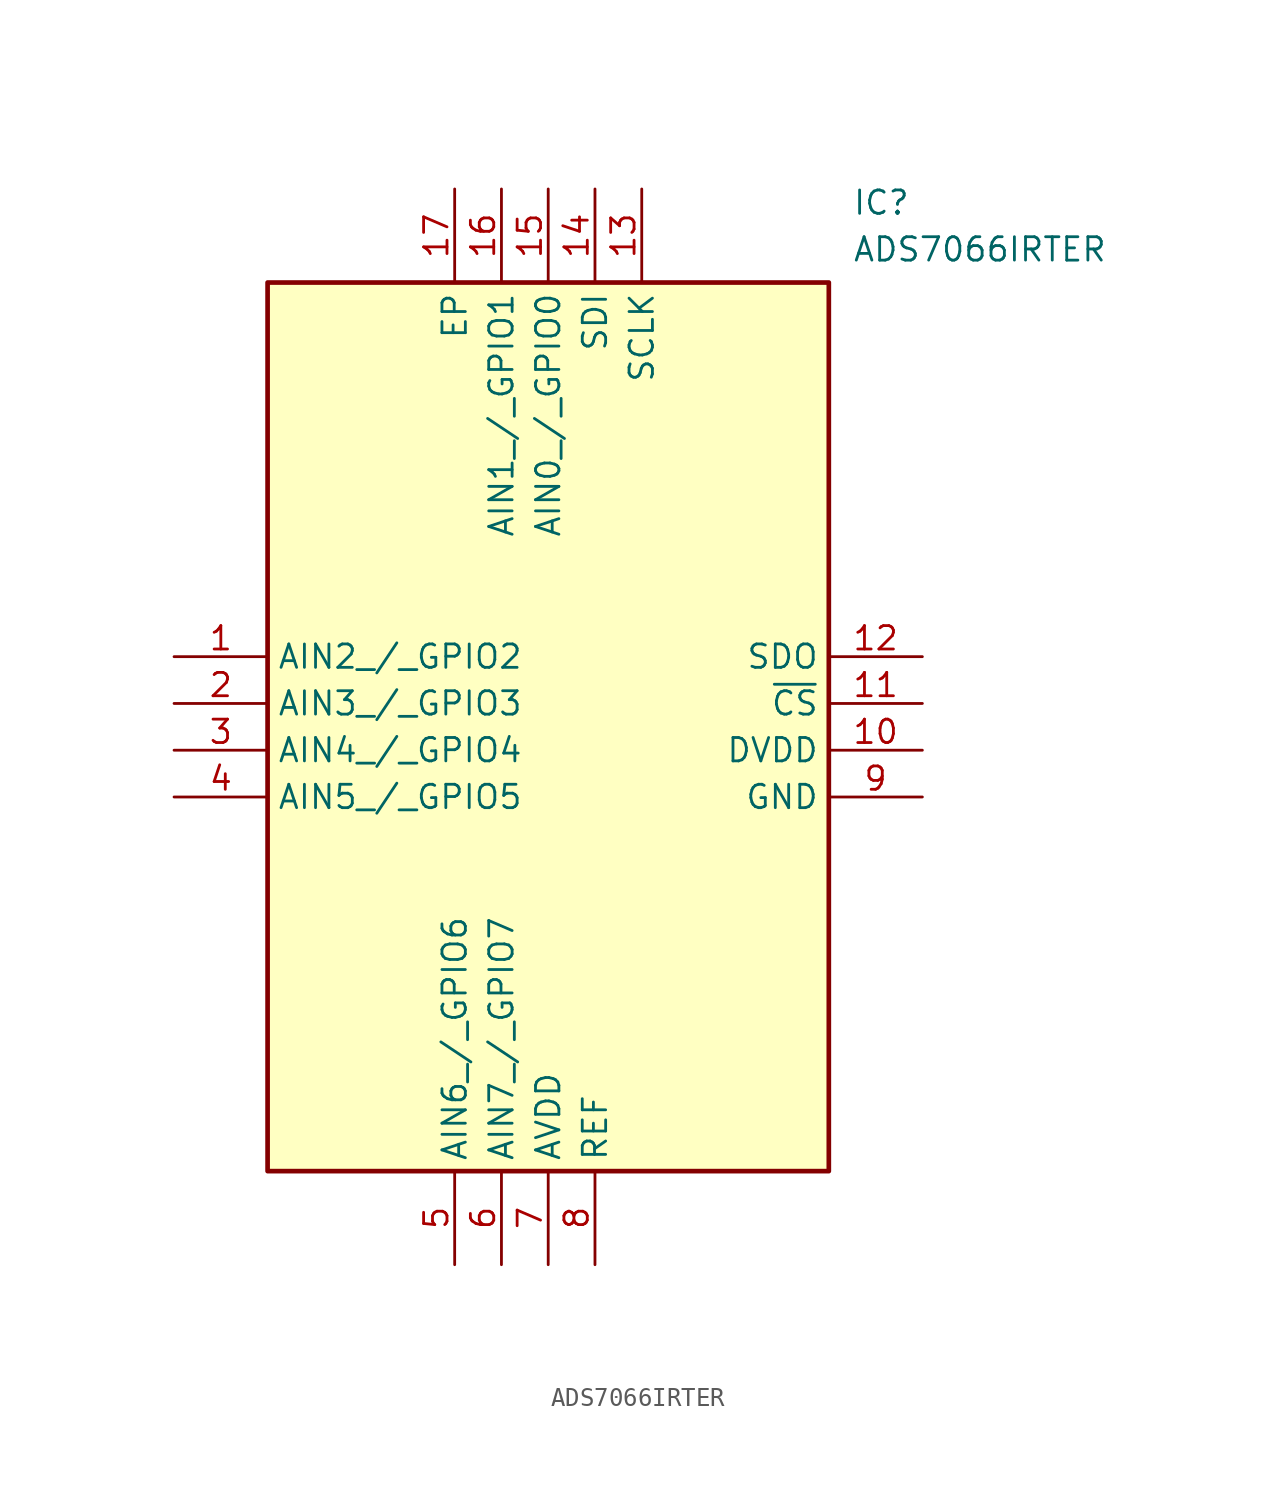
<source format=kicad_sym>
(kicad_symbol_lib
  (version 20211014)
  (generator SamacSys_ECAD_Model)
  (symbol "ADS7066IRTER"
    (property "Reference" "IC"
      (at 36.83 25.4 0)
      (effects (font (size 1.27 1.27)) (justify left top)))
    (property "Value" "ADS7066IRTER"
      (at 36.83 22.86 0)
      (effects (font (size 1.27 1.27)) (justify left top)))
    (rectangle
      (start 5.08 20.32)
      (end 35.56 -27.94)
      (stroke (width 0.254) (type default))
      (fill (type background)))
    (pin passive line
      (at 0 0 0)
      (length 5.08)
      (name "AIN2_/_GPIO2" (effects (font (size 1.27 1.27))))
      (number "1" (effects (font (size 1.27 1.27)))))
    (pin passive line
      (at 0 -2.54 0)
      (length 5.08)
      (name "AIN3_/_GPIO3" (effects (font (size 1.27 1.27))))
      (number "2" (effects (font (size 1.27 1.27)))))
    (pin passive line
      (at 0 -5.08 0)
      (length 5.08)
      (name "AIN4_/_GPIO4" (effects (font (size 1.27 1.27))))
      (number "3" (effects (font (size 1.27 1.27)))))
    (pin passive line
      (at 0 -7.62 0)
      (length 5.08)
      (name "AIN5_/_GPIO5" (effects (font (size 1.27 1.27))))
      (number "4" (effects (font (size 1.27 1.27)))))
    (pin passive line
      (at 15.24 -33.02 90)
      (length 5.08)
      (name "AIN6_/_GPIO6" (effects (font (size 1.27 1.27))))
      (number "5" (effects (font (size 1.27 1.27)))))
    (pin passive line
      (at 17.78 -33.02 90)
      (length 5.08)
      (name "AIN7_/_GPIO7" (effects (font (size 1.27 1.27))))
      (number "6" (effects (font (size 1.27 1.27)))))
    (pin passive line
      (at 20.32 -33.02 90)
      (length 5.08)
      (name "AVDD" (effects (font (size 1.27 1.27))))
      (number "7" (effects (font (size 1.27 1.27)))))
    (pin passive line
      (at 22.86 -33.02 90)
      (length 5.08)
      (name "REF" (effects (font (size 1.27 1.27))))
      (number "8" (effects (font (size 1.27 1.27)))))
    (pin passive line
      (at 40.64 0 180)
      (length 5.08)
      (name "SDO" (effects (font (size 1.27 1.27))))
      (number "12" (effects (font (size 1.27 1.27)))))
    (pin passive line
      (at 40.64 -2.54 180)
      (length 5.08)
      (name "~{CS}" (effects (font (size 1.27 1.27))))
      (number "11" (effects (font (size 1.27 1.27)))))
    (pin passive line
      (at 40.64 -5.08 180)
      (length 5.08)
      (name "DVDD" (effects (font (size 1.27 1.27))))
      (number "10" (effects (font (size 1.27 1.27)))))
    (pin passive line
      (at 40.64 -7.62 180)
      (length 5.08)
      (name "GND" (effects (font (size 1.27 1.27))))
      (number "9" (effects (font (size 1.27 1.27)))))
    (pin passive line
      (at 15.24 25.4 270)
      (length 5.08)
      (name "EP" (effects (font (size 1.27 1.27))))
      (number "17" (effects (font (size 1.27 1.27)))))
    (pin passive line
      (at 17.78 25.4 270)
      (length 5.08)
      (name "AIN1_/_GPIO1" (effects (font (size 1.27 1.27))))
      (number "16" (effects (font (size 1.27 1.27)))))
    (pin passive line
      (at 20.32 25.4 270)
      (length 5.08)
      (name "AIN0_/_GPIO0" (effects (font (size 1.27 1.27))))
      (number "15" (effects (font (size 1.27 1.27)))))
    (pin passive line
      (at 22.86 25.4 270)
      (length 5.08)
      (name "SDI" (effects (font (size 1.27 1.27))))
      (number "14" (effects (font (size 1.27 1.27)))))
    (pin passive line
      (at 25.4 25.4 270)
      (length 5.08)
      (name "SCLK" (effects (font (size 1.27 1.27))))
      (number "13" (effects (font (size 1.27 1.27)))))))
</source>
